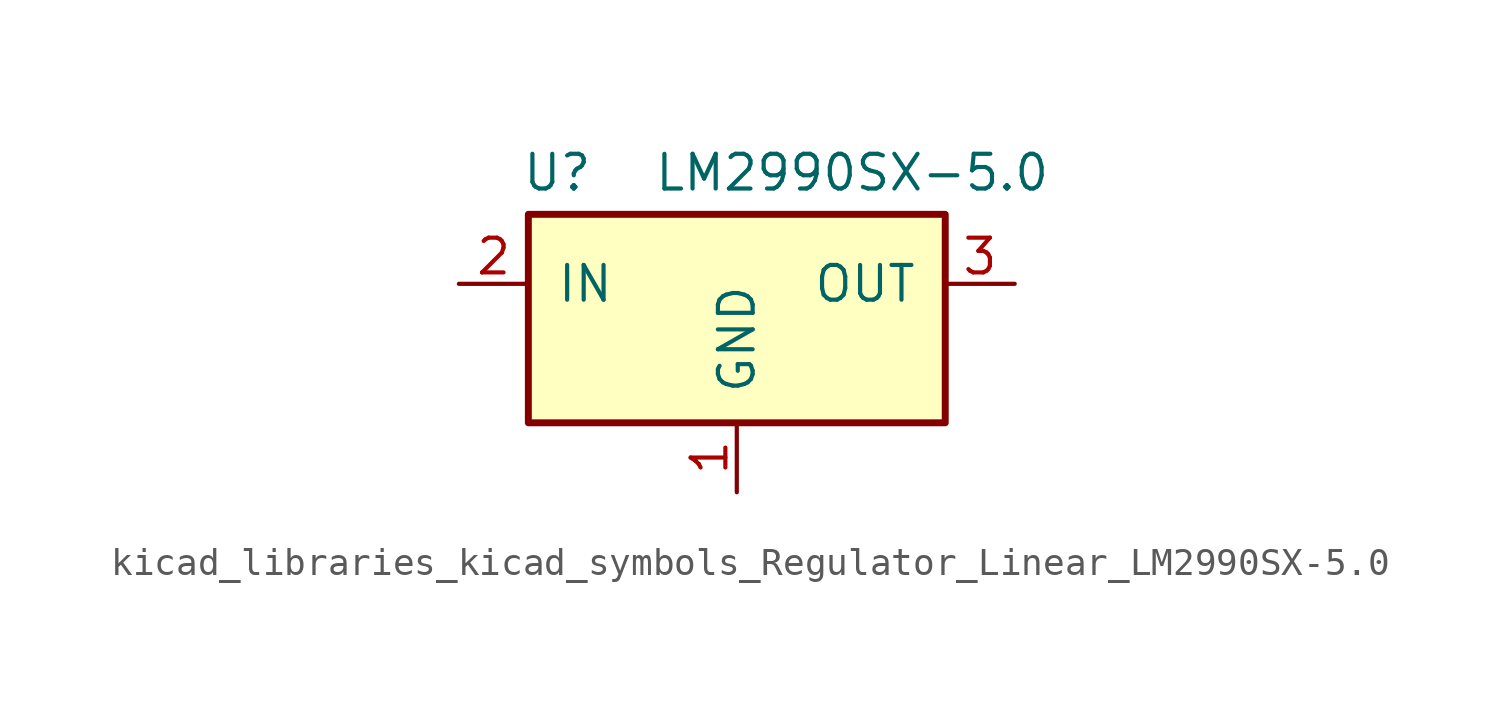
<source format=kicad_sym>
(kicad_symbol_lib
  (version 20220914)
  (generator kicad_symbol_editor)
  (symbol "kicad_libraries_kicad_symbols_Regulator_Linear_LM2990SX-5.0"
    (pin_names
      (offset 1.016))
    (property "Reference" "U"
      (at -7.874 4.064 0)
      (effects (font (size 1.27 1.27)) (justify left)))
    (property "Value" "LM2990SX-5.0"
      (at -3.048 4.064 0)
      (effects (font (size 1.27 1.27)) (justify left)))
    (symbol "kicad_libraries_kicad_symbols_Regulator_Linear_LM2990SX-5.0_0_1"
      (rectangle (start -7.62 2.54) (end 7.62 -5.08) (stroke (width 0.254) (type default)) (fill (type background))))
    (symbol "kicad_libraries_kicad_symbols_Regulator_Linear_LM2990SX-5.0_1_1"
      (pin power_in line (at 0 -7.62 90) (length 2.54) (name "GND" (effects (font (size 1.27 1.27)))) (number "1" (effects (font (size 1.27 1.27)))))
      (pin power_in line (at -10.16 0 0) (length 2.54) (name "IN" (effects (font (size 1.27 1.27)))) (number "2" (effects (font (size 1.27 1.27)))))
      (pin power_out line (at 10.16 0 180) (length 2.54) (name "OUT" (effects (font (size 1.27 1.27)))) (number "3" (effects (font (size 1.27 1.27))))))))
</source>
